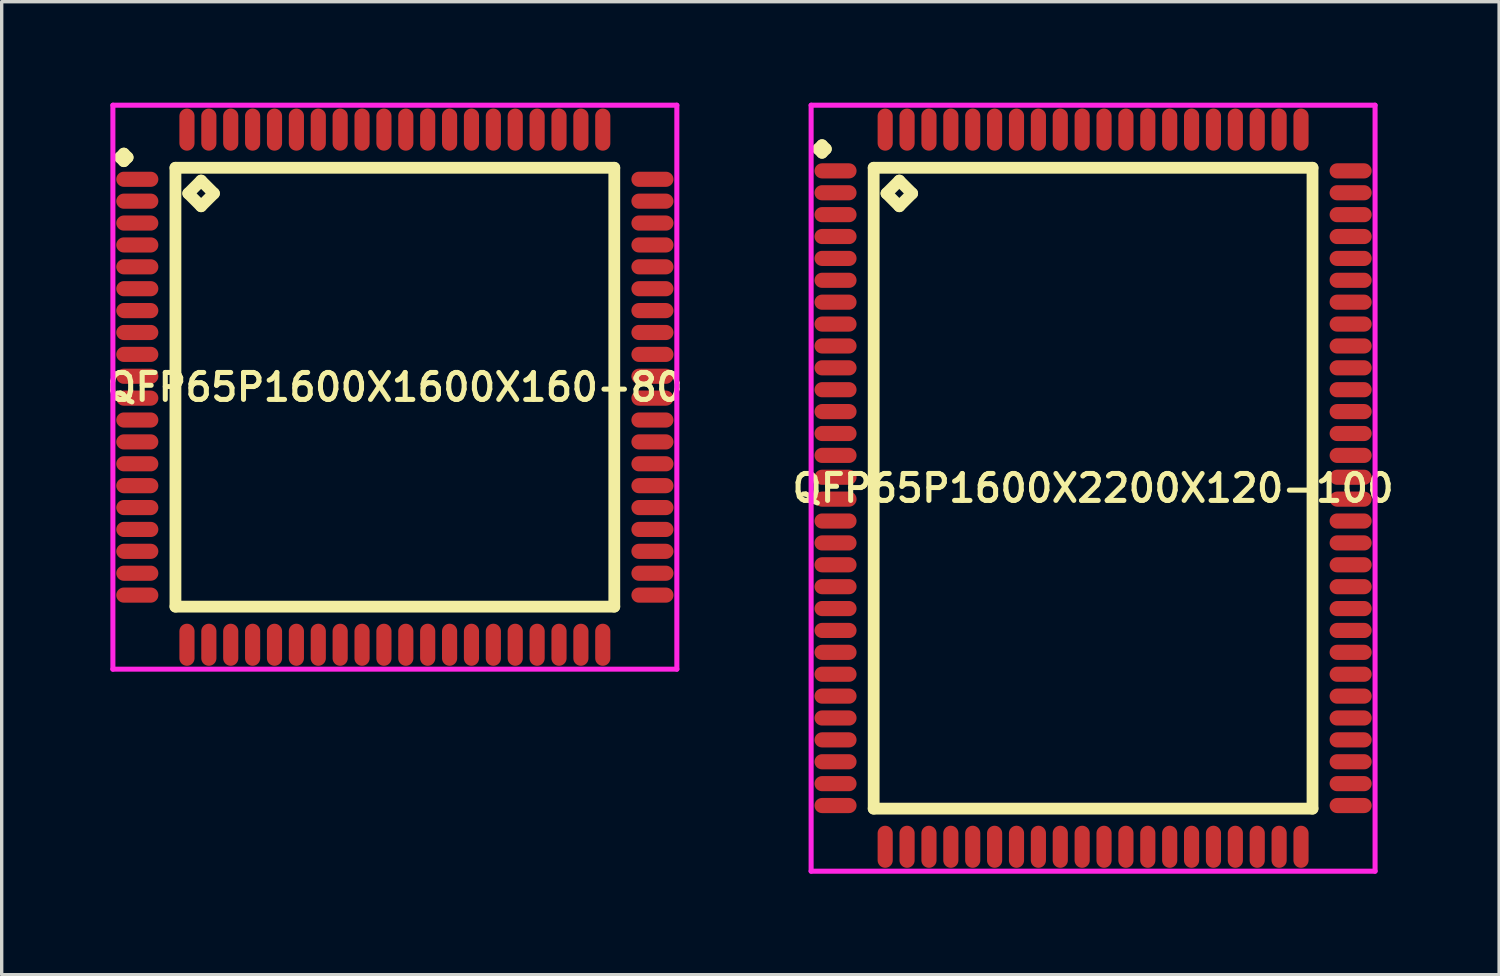
<source format=kicad_pcb>
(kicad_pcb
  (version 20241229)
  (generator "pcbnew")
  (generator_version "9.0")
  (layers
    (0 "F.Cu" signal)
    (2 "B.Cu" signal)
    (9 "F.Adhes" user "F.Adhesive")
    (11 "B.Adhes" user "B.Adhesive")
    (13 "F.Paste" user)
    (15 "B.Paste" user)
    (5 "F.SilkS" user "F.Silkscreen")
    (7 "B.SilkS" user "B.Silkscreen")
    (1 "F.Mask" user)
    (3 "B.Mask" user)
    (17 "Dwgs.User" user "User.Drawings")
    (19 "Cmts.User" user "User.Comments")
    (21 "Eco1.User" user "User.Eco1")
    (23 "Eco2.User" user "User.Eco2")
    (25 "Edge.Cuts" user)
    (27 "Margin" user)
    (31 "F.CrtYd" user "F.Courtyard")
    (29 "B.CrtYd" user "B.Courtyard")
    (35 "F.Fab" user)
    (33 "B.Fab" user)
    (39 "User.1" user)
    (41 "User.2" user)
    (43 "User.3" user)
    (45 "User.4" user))
  (footprint "QFP65P1600X2200X120-100"
    (layer "F.Cu")
    (at 29.416 11.45)
    (property "Reference" "QFP65P1600X2200X120-100" (at 0 0 0) (layer "F.SilkS") (effects (font (size 0.8 0.8) (thickness 0.15))))
    (attr smd)
    (fp_line (start -8.162 -10.075) (end -8.05 -10.188) (stroke (width 0.35) (type solid)) (layer "F.SilkS"))
    (fp_line (start -8.05 -10.188) (end -7.938 -10.075) (stroke (width 0.35) (type solid)) (layer "F.SilkS"))
    (fp_line (start -8.05 -9.963) (end -8.162 -10.075) (stroke (width 0.35) (type solid)) (layer "F.SilkS"))
    (fp_line (start -7.938 -10.075) (end -8.05 -9.963) (stroke (width 0.35) (type solid)) (layer "F.SilkS"))
    (fp_line (start -6.517 -9.517) (end -6.517 9.517) (stroke (width 0.35) (type solid)) (layer "F.SilkS"))
    (fp_line (start -6.517 9.517) (end 6.517 9.517) (stroke (width 0.35) (type solid)) (layer "F.SilkS"))
    (fp_line (start -6.136 -8.755) (end -5.755 -9.136) (stroke (width 0.35) (type solid)) (layer "F.SilkS"))
    (fp_line (start -5.755 -9.136) (end -5.374 -8.755) (stroke (width 0.35) (type solid)) (layer "F.SilkS"))
    (fp_line (start -5.755 -8.374) (end -6.136 -8.755) (stroke (width 0.35) (type solid)) (layer "F.SilkS"))
    (fp_line (start -5.374 -8.755) (end -5.755 -8.374) (stroke (width 0.35) (type solid)) (layer "F.SilkS"))
    (fp_line (start 6.517 -9.517) (end -6.517 -9.517) (stroke (width 0.35) (type solid)) (layer "F.SilkS"))
    (fp_line (start 6.517 9.517) (end 6.517 -9.517) (stroke (width 0.35) (type solid)) (layer "F.SilkS"))
    (fp_line (start -8.375 -11.375) (end 8.375 -11.375) (stroke (width 0.15) (type solid)) (layer "F.CrtYd"))
    (fp_line (start -8.375 11.375) (end -8.375 -11.375) (stroke (width 0.15) (type solid)) (layer "F.CrtYd"))
    (fp_line (start 8.375 -11.375) (end 8.375 11.375) (stroke (width 0.15) (type solid)) (layer "F.CrtYd"))
    (fp_line (start 8.375 11.375) (end -8.375 11.375) (stroke (width 0.15) (type solid)) (layer "F.CrtYd"))
    (pad "1" smd oval (at -7.65 -9.425) (size 1.25 0.45) (layers "F.Cu" "F.Mask" "F.Paste"))
    (pad "2" smd oval (at -7.65 -8.775) (size 1.25 0.45) (layers "F.Cu" "F.Mask" "F.Paste"))
    (pad "3" smd oval (at -7.65 -8.125) (size 1.25 0.45) (layers "F.Cu" "F.Mask" "F.Paste"))
    (pad "4" smd oval (at -7.65 -7.475) (size 1.25 0.45) (layers "F.Cu" "F.Mask" "F.Paste"))
    (pad "5" smd oval (at -7.65 -6.825) (size 1.25 0.45) (layers "F.Cu" "F.Mask" "F.Paste"))
    (pad "6" smd oval (at -7.65 -6.175) (size 1.25 0.45) (layers "F.Cu" "F.Mask" "F.Paste"))
    (pad "7" smd oval (at -7.65 -5.525) (size 1.25 0.45) (layers "F.Cu" "F.Mask" "F.Paste"))
    (pad "8" smd oval (at -7.65 -4.875) (size 1.25 0.45) (layers "F.Cu" "F.Mask" "F.Paste"))
    (pad "9" smd oval (at -7.65 -4.225) (size 1.25 0.45) (layers "F.Cu" "F.Mask" "F.Paste"))
    (pad "10" smd oval (at -7.65 -3.575) (size 1.25 0.45) (layers "F.Cu" "F.Mask" "F.Paste"))
    (pad "11" smd oval (at -7.65 -2.925) (size 1.25 0.45) (layers "F.Cu" "F.Mask" "F.Paste"))
    (pad "12" smd oval (at -7.65 -2.275) (size 1.25 0.45) (layers "F.Cu" "F.Mask" "F.Paste"))
    (pad "13" smd oval (at -7.65 -1.625) (size 1.25 0.45) (layers "F.Cu" "F.Mask" "F.Paste"))
    (pad "14" smd oval (at -7.65 -0.975) (size 1.25 0.45) (layers "F.Cu" "F.Mask" "F.Paste"))
    (pad "15" smd oval (at -7.65 -0.325) (size 1.25 0.45) (layers "F.Cu" "F.Mask" "F.Paste"))
    (pad "16" smd oval (at -7.65 0.325) (size 1.25 0.45) (layers "F.Cu" "F.Mask" "F.Paste"))
    (pad "17" smd oval (at -7.65 0.975) (size 1.25 0.45) (layers "F.Cu" "F.Mask" "F.Paste"))
    (pad "18" smd oval (at -7.65 1.625) (size 1.25 0.45) (layers "F.Cu" "F.Mask" "F.Paste"))
    (pad "19" smd oval (at -7.65 2.275) (size 1.25 0.45) (layers "F.Cu" "F.Mask" "F.Paste"))
    (pad "20" smd oval (at -7.65 2.925) (size 1.25 0.45) (layers "F.Cu" "F.Mask" "F.Paste"))
    (pad "21" smd oval (at -7.65 3.575) (size 1.25 0.45) (layers "F.Cu" "F.Mask" "F.Paste"))
    (pad "22" smd oval (at -7.65 4.225) (size 1.25 0.45) (layers "F.Cu" "F.Mask" "F.Paste"))
    (pad "23" smd oval (at -7.65 4.875) (size 1.25 0.45) (layers "F.Cu" "F.Mask" "F.Paste"))
    (pad "24" smd oval (at -7.65 5.525) (size 1.25 0.45) (layers "F.Cu" "F.Mask" "F.Paste"))
    (pad "25" smd oval (at -7.65 6.175) (size 1.25 0.45) (layers "F.Cu" "F.Mask" "F.Paste"))
    (pad "26" smd oval (at -7.65 6.825) (size 1.25 0.45) (layers "F.Cu" "F.Mask" "F.Paste"))
    (pad "27" smd oval (at -7.65 7.475) (size 1.25 0.45) (layers "F.Cu" "F.Mask" "F.Paste"))
    (pad "28" smd oval (at -7.65 8.125) (size 1.25 0.45) (layers "F.Cu" "F.Mask" "F.Paste"))
    (pad "29" smd oval (at -7.65 8.775) (size 1.25 0.45) (layers "F.Cu" "F.Mask" "F.Paste"))
    (pad "30" smd oval (at -7.65 9.425) (size 1.25 0.45) (layers "F.Cu" "F.Mask" "F.Paste"))
    (pad "31" smd oval (at -6.175 10.65) (size 0.45 1.25) (layers "F.Cu" "F.Mask" "F.Paste"))
    (pad "32" smd oval (at -5.525 10.65) (size 0.45 1.25) (layers "F.Cu" "F.Mask" "F.Paste"))
    (pad "33" smd oval (at -4.875 10.65) (size 0.45 1.25) (layers "F.Cu" "F.Mask" "F.Paste"))
    (pad "34" smd oval (at -4.225 10.65) (size 0.45 1.25) (layers "F.Cu" "F.Mask" "F.Paste"))
    (pad "35" smd oval (at -3.575 10.65) (size 0.45 1.25) (layers "F.Cu" "F.Mask" "F.Paste"))
    (pad "36" smd oval (at -2.925 10.65) (size 0.45 1.25) (layers "F.Cu" "F.Mask" "F.Paste"))
    (pad "37" smd oval (at -2.275 10.65) (size 0.45 1.25) (layers "F.Cu" "F.Mask" "F.Paste"))
    (pad "38" smd oval (at -1.625 10.65) (size 0.45 1.25) (layers "F.Cu" "F.Mask" "F.Paste"))
    (pad "39" smd oval (at -0.975 10.65) (size 0.45 1.25) (layers "F.Cu" "F.Mask" "F.Paste"))
    (pad "40" smd oval (at -0.325 10.65) (size 0.45 1.25) (layers "F.Cu" "F.Mask" "F.Paste"))
    (pad "41" smd oval (at 0.325 10.65) (size 0.45 1.25) (layers "F.Cu" "F.Mask" "F.Paste"))
    (pad "42" smd oval (at 0.975 10.65) (size 0.45 1.25) (layers "F.Cu" "F.Mask" "F.Paste"))
    (pad "43" smd oval (at 1.625 10.65) (size 0.45 1.25) (layers "F.Cu" "F.Mask" "F.Paste"))
    (pad "44" smd oval (at 2.275 10.65) (size 0.45 1.25) (layers "F.Cu" "F.Mask" "F.Paste"))
    (pad "45" smd oval (at 2.925 10.65) (size 0.45 1.25) (layers "F.Cu" "F.Mask" "F.Paste"))
    (pad "46" smd oval (at 3.575 10.65) (size 0.45 1.25) (layers "F.Cu" "F.Mask" "F.Paste"))
    (pad "47" smd oval (at 4.225 10.65) (size 0.45 1.25) (layers "F.Cu" "F.Mask" "F.Paste"))
    (pad "48" smd oval (at 4.875 10.65) (size 0.45 1.25) (layers "F.Cu" "F.Mask" "F.Paste"))
    (pad "49" smd oval (at 5.525 10.65) (size 0.45 1.25) (layers "F.Cu" "F.Mask" "F.Paste"))
    (pad "50" smd oval (at 6.175 10.65) (size 0.45 1.25) (layers "F.Cu" "F.Mask" "F.Paste"))
    (pad "51" smd oval (at 7.65 9.425) (size 1.25 0.45) (layers "F.Cu" "F.Mask" "F.Paste"))
    (pad "52" smd oval (at 7.65 8.775) (size 1.25 0.45) (layers "F.Cu" "F.Mask" "F.Paste"))
    (pad "53" smd oval (at 7.65 8.125) (size 1.25 0.45) (layers "F.Cu" "F.Mask" "F.Paste"))
    (pad "54" smd oval (at 7.65 7.475) (size 1.25 0.45) (layers "F.Cu" "F.Mask" "F.Paste"))
    (pad "55" smd oval (at 7.65 6.825) (size 1.25 0.45) (layers "F.Cu" "F.Mask" "F.Paste"))
    (pad "56" smd oval (at 7.65 6.175) (size 1.25 0.45) (layers "F.Cu" "F.Mask" "F.Paste"))
    (pad "57" smd oval (at 7.65 5.525) (size 1.25 0.45) (layers "F.Cu" "F.Mask" "F.Paste"))
    (pad "58" smd oval (at 7.65 4.875) (size 1.25 0.45) (layers "F.Cu" "F.Mask" "F.Paste"))
    (pad "59" smd oval (at 7.65 4.225) (size 1.25 0.45) (layers "F.Cu" "F.Mask" "F.Paste"))
    (pad "60" smd oval (at 7.65 3.575) (size 1.25 0.45) (layers "F.Cu" "F.Mask" "F.Paste"))
    (pad "61" smd oval (at 7.65 2.925) (size 1.25 0.45) (layers "F.Cu" "F.Mask" "F.Paste"))
    (pad "62" smd oval (at 7.65 2.275) (size 1.25 0.45) (layers "F.Cu" "F.Mask" "F.Paste"))
    (pad "63" smd oval (at 7.65 1.625) (size 1.25 0.45) (layers "F.Cu" "F.Mask" "F.Paste"))
    (pad "64" smd oval (at 7.65 0.975) (size 1.25 0.45) (layers "F.Cu" "F.Mask" "F.Paste"))
    (pad "65" smd oval (at 7.65 0.325) (size 1.25 0.45) (layers "F.Cu" "F.Mask" "F.Paste"))
    (pad "66" smd oval (at 7.65 -0.325) (size 1.25 0.45) (layers "F.Cu" "F.Mask" "F.Paste"))
    (pad "67" smd oval (at 7.65 -0.975) (size 1.25 0.45) (layers "F.Cu" "F.Mask" "F.Paste"))
    (pad "68" smd oval (at 7.65 -1.625) (size 1.25 0.45) (layers "F.Cu" "F.Mask" "F.Paste"))
    (pad "69" smd oval (at 7.65 -2.275) (size 1.25 0.45) (layers "F.Cu" "F.Mask" "F.Paste"))
    (pad "70" smd oval (at 7.65 -2.925) (size 1.25 0.45) (layers "F.Cu" "F.Mask" "F.Paste"))
    (pad "71" smd oval (at 7.65 -3.575) (size 1.25 0.45) (layers "F.Cu" "F.Mask" "F.Paste"))
    (pad "72" smd oval (at 7.65 -4.225) (size 1.25 0.45) (layers "F.Cu" "F.Mask" "F.Paste"))
    (pad "73" smd oval (at 7.65 -4.875) (size 1.25 0.45) (layers "F.Cu" "F.Mask" "F.Paste"))
    (pad "74" smd oval (at 7.65 -5.525) (size 1.25 0.45) (layers "F.Cu" "F.Mask" "F.Paste"))
    (pad "75" smd oval (at 7.65 -6.175) (size 1.25 0.45) (layers "F.Cu" "F.Mask" "F.Paste"))
    (pad "76" smd oval (at 7.65 -6.825) (size 1.25 0.45) (layers "F.Cu" "F.Mask" "F.Paste"))
    (pad "77" smd oval (at 7.65 -7.475) (size 1.25 0.45) (layers "F.Cu" "F.Mask" "F.Paste"))
    (pad "78" smd oval (at 7.65 -8.125) (size 1.25 0.45) (layers "F.Cu" "F.Mask" "F.Paste"))
    (pad "79" smd oval (at 7.65 -8.775) (size 1.25 0.45) (layers "F.Cu" "F.Mask" "F.Paste"))
    (pad "80" smd oval (at 7.65 -9.425) (size 1.25 0.45) (layers "F.Cu" "F.Mask" "F.Paste"))
    (pad "81" smd oval (at 6.175 -10.65) (size 0.45 1.25) (layers "F.Cu" "F.Mask" "F.Paste"))
    (pad "82" smd oval (at 5.525 -10.65) (size 0.45 1.25) (layers "F.Cu" "F.Mask" "F.Paste"))
    (pad "83" smd oval (at 4.875 -10.65) (size 0.45 1.25) (layers "F.Cu" "F.Mask" "F.Paste"))
    (pad "84" smd oval (at 4.225 -10.65) (size 0.45 1.25) (layers "F.Cu" "F.Mask" "F.Paste"))
    (pad "85" smd oval (at 3.575 -10.65) (size 0.45 1.25) (layers "F.Cu" "F.Mask" "F.Paste"))
    (pad "86" smd oval (at 2.925 -10.65) (size 0.45 1.25) (layers "F.Cu" "F.Mask" "F.Paste"))
    (pad "87" smd oval (at 2.275 -10.65) (size 0.45 1.25) (layers "F.Cu" "F.Mask" "F.Paste"))
    (pad "88" smd oval (at 1.625 -10.65) (size 0.45 1.25) (layers "F.Cu" "F.Mask" "F.Paste"))
    (pad "89" smd oval (at 0.975 -10.65) (size 0.45 1.25) (layers "F.Cu" "F.Mask" "F.Paste"))
    (pad "90" smd oval (at 0.325 -10.65) (size 0.45 1.25) (layers "F.Cu" "F.Mask" "F.Paste"))
    (pad "91" smd oval (at -0.325 -10.65) (size 0.45 1.25) (layers "F.Cu" "F.Mask" "F.Paste"))
    (pad "92" smd oval (at -0.975 -10.65) (size 0.45 1.25) (layers "F.Cu" "F.Mask" "F.Paste"))
    (pad "93" smd oval (at -1.625 -10.65) (size 0.45 1.25) (layers "F.Cu" "F.Mask" "F.Paste"))
    (pad "94" smd oval (at -2.275 -10.65) (size 0.45 1.25) (layers "F.Cu" "F.Mask" "F.Paste"))
    (pad "95" smd oval (at -2.925 -10.65) (size 0.45 1.25) (layers "F.Cu" "F.Mask" "F.Paste"))
    (pad "96" smd oval (at -3.575 -10.65) (size 0.45 1.25) (layers "F.Cu" "F.Mask" "F.Paste"))
    (pad "97" smd oval (at -4.225 -10.65) (size 0.45 1.25) (layers "F.Cu" "F.Mask" "F.Paste"))
    (pad "98" smd oval (at -4.875 -10.65) (size 0.45 1.25) (layers "F.Cu" "F.Mask" "F.Paste"))
    (pad "99" smd oval (at -5.525 -10.65) (size 0.45 1.25) (layers "F.Cu" "F.Mask" "F.Paste"))
    (pad "100" smd oval (at -6.175 -10.65) (size 0.45 1.25) (layers "F.Cu" "F.Mask" "F.Paste")))
  (footprint "QFP65P1600X1600X160-80"
    (layer "F.Cu")
    (at 8.678 8.45)
    (property "Reference" "QFP65P1600X1600X160-80" (at 0 0 0) (layer "F.SilkS") (effects (font (size 0.8 0.8) (thickness 0.15))))
    (attr smd)
    (fp_line (start -8.162 -6.825) (end -8.05 -6.938) (stroke (width 0.35) (type solid)) (layer "F.SilkS"))
    (fp_line (start -8.05 -6.938) (end -7.938 -6.825) (stroke (width 0.35) (type solid)) (layer "F.SilkS"))
    (fp_line (start -8.05 -6.713) (end -8.162 -6.825) (stroke (width 0.35) (type solid)) (layer "F.SilkS"))
    (fp_line (start -7.938 -6.825) (end -8.05 -6.713) (stroke (width 0.35) (type solid)) (layer "F.SilkS"))
    (fp_line (start -6.517 -6.517) (end -6.517 6.517) (stroke (width 0.35) (type solid)) (layer "F.SilkS"))
    (fp_line (start -6.517 6.517) (end 6.517 6.517) (stroke (width 0.35) (type solid)) (layer "F.SilkS"))
    (fp_line (start -6.136 -5.755) (end -5.755 -6.136) (stroke (width 0.35) (type solid)) (layer "F.SilkS"))
    (fp_line (start -5.755 -6.136) (end -5.374 -5.755) (stroke (width 0.35) (type solid)) (layer "F.SilkS"))
    (fp_line (start -5.755 -5.374) (end -6.136 -5.755) (stroke (width 0.35) (type solid)) (layer "F.SilkS"))
    (fp_line (start -5.374 -5.755) (end -5.755 -5.374) (stroke (width 0.35) (type solid)) (layer "F.SilkS"))
    (fp_line (start 6.517 -6.517) (end -6.517 -6.517) (stroke (width 0.35) (type solid)) (layer "F.SilkS"))
    (fp_line (start 6.517 6.517) (end 6.517 -6.517) (stroke (width 0.35) (type solid)) (layer "F.SilkS"))
    (fp_line (start -8.375 -8.375) (end 8.375 -8.375) (stroke (width 0.15) (type solid)) (layer "F.CrtYd"))
    (fp_line (start -8.375 8.375) (end -8.375 -8.375) (stroke (width 0.15) (type solid)) (layer "F.CrtYd"))
    (fp_line (start 8.375 -8.375) (end 8.375 8.375) (stroke (width 0.15) (type solid)) (layer "F.CrtYd"))
    (fp_line (start 8.375 8.375) (end -8.375 8.375) (stroke (width 0.15) (type solid)) (layer "F.CrtYd"))
    (pad "1" smd oval (at -7.65 -6.175) (size 1.25 0.45) (layers "F.Cu" "F.Mask" "F.Paste"))
    (pad "2" smd oval (at -7.65 -5.525) (size 1.25 0.45) (layers "F.Cu" "F.Mask" "F.Paste"))
    (pad "3" smd oval (at -7.65 -4.875) (size 1.25 0.45) (layers "F.Cu" "F.Mask" "F.Paste"))
    (pad "4" smd oval (at -7.65 -4.225) (size 1.25 0.45) (layers "F.Cu" "F.Mask" "F.Paste"))
    (pad "5" smd oval (at -7.65 -3.575) (size 1.25 0.45) (layers "F.Cu" "F.Mask" "F.Paste"))
    (pad "6" smd oval (at -7.65 -2.925) (size 1.25 0.45) (layers "F.Cu" "F.Mask" "F.Paste"))
    (pad "7" smd oval (at -7.65 -2.275) (size 1.25 0.45) (layers "F.Cu" "F.Mask" "F.Paste"))
    (pad "8" smd oval (at -7.65 -1.625) (size 1.25 0.45) (layers "F.Cu" "F.Mask" "F.Paste"))
    (pad "9" smd oval (at -7.65 -0.975) (size 1.25 0.45) (layers "F.Cu" "F.Mask" "F.Paste"))
    (pad "10" smd oval (at -7.65 -0.325) (size 1.25 0.45) (layers "F.Cu" "F.Mask" "F.Paste"))
    (pad "11" smd oval (at -7.65 0.325) (size 1.25 0.45) (layers "F.Cu" "F.Mask" "F.Paste"))
    (pad "12" smd oval (at -7.65 0.975) (size 1.25 0.45) (layers "F.Cu" "F.Mask" "F.Paste"))
    (pad "13" smd oval (at -7.65 1.625) (size 1.25 0.45) (layers "F.Cu" "F.Mask" "F.Paste"))
    (pad "14" smd oval (at -7.65 2.275) (size 1.25 0.45) (layers "F.Cu" "F.Mask" "F.Paste"))
    (pad "15" smd oval (at -7.65 2.925) (size 1.25 0.45) (layers "F.Cu" "F.Mask" "F.Paste"))
    (pad "16" smd oval (at -7.65 3.575) (size 1.25 0.45) (layers "F.Cu" "F.Mask" "F.Paste"))
    (pad "17" smd oval (at -7.65 4.225) (size 1.25 0.45) (layers "F.Cu" "F.Mask" "F.Paste"))
    (pad "18" smd oval (at -7.65 4.875) (size 1.25 0.45) (layers "F.Cu" "F.Mask" "F.Paste"))
    (pad "19" smd oval (at -7.65 5.525) (size 1.25 0.45) (layers "F.Cu" "F.Mask" "F.Paste"))
    (pad "20" smd oval (at -7.65 6.175) (size 1.25 0.45) (layers "F.Cu" "F.Mask" "F.Paste"))
    (pad "21" smd oval (at -6.175 7.65) (size 0.45 1.25) (layers "F.Cu" "F.Mask" "F.Paste"))
    (pad "22" smd oval (at -5.525 7.65) (size 0.45 1.25) (layers "F.Cu" "F.Mask" "F.Paste"))
    (pad "23" smd oval (at -4.875 7.65) (size 0.45 1.25) (layers "F.Cu" "F.Mask" "F.Paste"))
    (pad "24" smd oval (at -4.225 7.65) (size 0.45 1.25) (layers "F.Cu" "F.Mask" "F.Paste"))
    (pad "25" smd oval (at -3.575 7.65) (size 0.45 1.25) (layers "F.Cu" "F.Mask" "F.Paste"))
    (pad "26" smd oval (at -2.925 7.65) (size 0.45 1.25) (layers "F.Cu" "F.Mask" "F.Paste"))
    (pad "27" smd oval (at -2.275 7.65) (size 0.45 1.25) (layers "F.Cu" "F.Mask" "F.Paste"))
    (pad "28" smd oval (at -1.625 7.65) (size 0.45 1.25) (layers "F.Cu" "F.Mask" "F.Paste"))
    (pad "29" smd oval (at -0.975 7.65) (size 0.45 1.25) (layers "F.Cu" "F.Mask" "F.Paste"))
    (pad "30" smd oval (at -0.325 7.65) (size 0.45 1.25) (layers "F.Cu" "F.Mask" "F.Paste"))
    (pad "31" smd oval (at 0.325 7.65) (size 0.45 1.25) (layers "F.Cu" "F.Mask" "F.Paste"))
    (pad "32" smd oval (at 0.975 7.65) (size 0.45 1.25) (layers "F.Cu" "F.Mask" "F.Paste"))
    (pad "33" smd oval (at 1.625 7.65) (size 0.45 1.25) (layers "F.Cu" "F.Mask" "F.Paste"))
    (pad "34" smd oval (at 2.275 7.65) (size 0.45 1.25) (layers "F.Cu" "F.Mask" "F.Paste"))
    (pad "35" smd oval (at 2.925 7.65) (size 0.45 1.25) (layers "F.Cu" "F.Mask" "F.Paste"))
    (pad "36" smd oval (at 3.575 7.65) (size 0.45 1.25) (layers "F.Cu" "F.Mask" "F.Paste"))
    (pad "37" smd oval (at 4.225 7.65) (size 0.45 1.25) (layers "F.Cu" "F.Mask" "F.Paste"))
    (pad "38" smd oval (at 4.875 7.65) (size 0.45 1.25) (layers "F.Cu" "F.Mask" "F.Paste"))
    (pad "39" smd oval (at 5.525 7.65) (size 0.45 1.25) (layers "F.Cu" "F.Mask" "F.Paste"))
    (pad "40" smd oval (at 6.175 7.65) (size 0.45 1.25) (layers "F.Cu" "F.Mask" "F.Paste"))
    (pad "41" smd oval (at 7.65 6.175) (size 1.25 0.45) (layers "F.Cu" "F.Mask" "F.Paste"))
    (pad "42" smd oval (at 7.65 5.525) (size 1.25 0.45) (layers "F.Cu" "F.Mask" "F.Paste"))
    (pad "43" smd oval (at 7.65 4.875) (size 1.25 0.45) (layers "F.Cu" "F.Mask" "F.Paste"))
    (pad "44" smd oval (at 7.65 4.225) (size 1.25 0.45) (layers "F.Cu" "F.Mask" "F.Paste"))
    (pad "45" smd oval (at 7.65 3.575) (size 1.25 0.45) (layers "F.Cu" "F.Mask" "F.Paste"))
    (pad "46" smd oval (at 7.65 2.925) (size 1.25 0.45) (layers "F.Cu" "F.Mask" "F.Paste"))
    (pad "47" smd oval (at 7.65 2.275) (size 1.25 0.45) (layers "F.Cu" "F.Mask" "F.Paste"))
    (pad "48" smd oval (at 7.65 1.625) (size 1.25 0.45) (layers "F.Cu" "F.Mask" "F.Paste"))
    (pad "49" smd oval (at 7.65 0.975) (size 1.25 0.45) (layers "F.Cu" "F.Mask" "F.Paste"))
    (pad "50" smd oval (at 7.65 0.325) (size 1.25 0.45) (layers "F.Cu" "F.Mask" "F.Paste"))
    (pad "51" smd oval (at 7.65 -0.325) (size 1.25 0.45) (layers "F.Cu" "F.Mask" "F.Paste"))
    (pad "52" smd oval (at 7.65 -0.975) (size 1.25 0.45) (layers "F.Cu" "F.Mask" "F.Paste"))
    (pad "53" smd oval (at 7.65 -1.625) (size 1.25 0.45) (layers "F.Cu" "F.Mask" "F.Paste"))
    (pad "54" smd oval (at 7.65 -2.275) (size 1.25 0.45) (layers "F.Cu" "F.Mask" "F.Paste"))
    (pad "55" smd oval (at 7.65 -2.925) (size 1.25 0.45) (layers "F.Cu" "F.Mask" "F.Paste"))
    (pad "56" smd oval (at 7.65 -3.575) (size 1.25 0.45) (layers "F.Cu" "F.Mask" "F.Paste"))
    (pad "57" smd oval (at 7.65 -4.225) (size 1.25 0.45) (layers "F.Cu" "F.Mask" "F.Paste"))
    (pad "58" smd oval (at 7.65 -4.875) (size 1.25 0.45) (layers "F.Cu" "F.Mask" "F.Paste"))
    (pad "59" smd oval (at 7.65 -5.525) (size 1.25 0.45) (layers "F.Cu" "F.Mask" "F.Paste"))
    (pad "60" smd oval (at 7.65 -6.175) (size 1.25 0.45) (layers "F.Cu" "F.Mask" "F.Paste"))
    (pad "61" smd oval (at 6.175 -7.65) (size 0.45 1.25) (layers "F.Cu" "F.Mask" "F.Paste"))
    (pad "62" smd oval (at 5.525 -7.65) (size 0.45 1.25) (layers "F.Cu" "F.Mask" "F.Paste"))
    (pad "63" smd oval (at 4.875 -7.65) (size 0.45 1.25) (layers "F.Cu" "F.Mask" "F.Paste"))
    (pad "64" smd oval (at 4.225 -7.65) (size 0.45 1.25) (layers "F.Cu" "F.Mask" "F.Paste"))
    (pad "65" smd oval (at 3.575 -7.65) (size 0.45 1.25) (layers "F.Cu" "F.Mask" "F.Paste"))
    (pad "66" smd oval (at 2.925 -7.65) (size 0.45 1.25) (layers "F.Cu" "F.Mask" "F.Paste"))
    (pad "67" smd oval (at 2.275 -7.65) (size 0.45 1.25) (layers "F.Cu" "F.Mask" "F.Paste"))
    (pad "68" smd oval (at 1.625 -7.65) (size 0.45 1.25) (layers "F.Cu" "F.Mask" "F.Paste"))
    (pad "69" smd oval (at 0.975 -7.65) (size 0.45 1.25) (layers "F.Cu" "F.Mask" "F.Paste"))
    (pad "70" smd oval (at 0.325 -7.65) (size 0.45 1.25) (layers "F.Cu" "F.Mask" "F.Paste"))
    (pad "71" smd oval (at -0.325 -7.65) (size 0.45 1.25) (layers "F.Cu" "F.Mask" "F.Paste"))
    (pad "72" smd oval (at -0.975 -7.65) (size 0.45 1.25) (layers "F.Cu" "F.Mask" "F.Paste"))
    (pad "73" smd oval (at -1.625 -7.65) (size 0.45 1.25) (layers "F.Cu" "F.Mask" "F.Paste"))
    (pad "74" smd oval (at -2.275 -7.65) (size 0.45 1.25) (layers "F.Cu" "F.Mask" "F.Paste"))
    (pad "75" smd oval (at -2.925 -7.65) (size 0.45 1.25) (layers "F.Cu" "F.Mask" "F.Paste"))
    (pad "76" smd oval (at -3.575 -7.65) (size 0.45 1.25) (layers "F.Cu" "F.Mask" "F.Paste"))
    (pad "77" smd oval (at -4.225 -7.65) (size 0.45 1.25) (layers "F.Cu" "F.Mask" "F.Paste"))
    (pad "78" smd oval (at -4.875 -7.65) (size 0.45 1.25) (layers "F.Cu" "F.Mask" "F.Paste"))
    (pad "79" smd oval (at -5.525 -7.65) (size 0.45 1.25) (layers "F.Cu" "F.Mask" "F.Paste"))
    (pad "80" smd oval (at -6.175 -7.65) (size 0.45 1.25) (layers "F.Cu" "F.Mask" "F.Paste")))
  (gr_rect
    (start -3 -3)
    (end 41.475 25.9)
    (stroke (width 0.1) (type default))
    (fill no)
    (layer "Edge.Cuts")))
</source>
